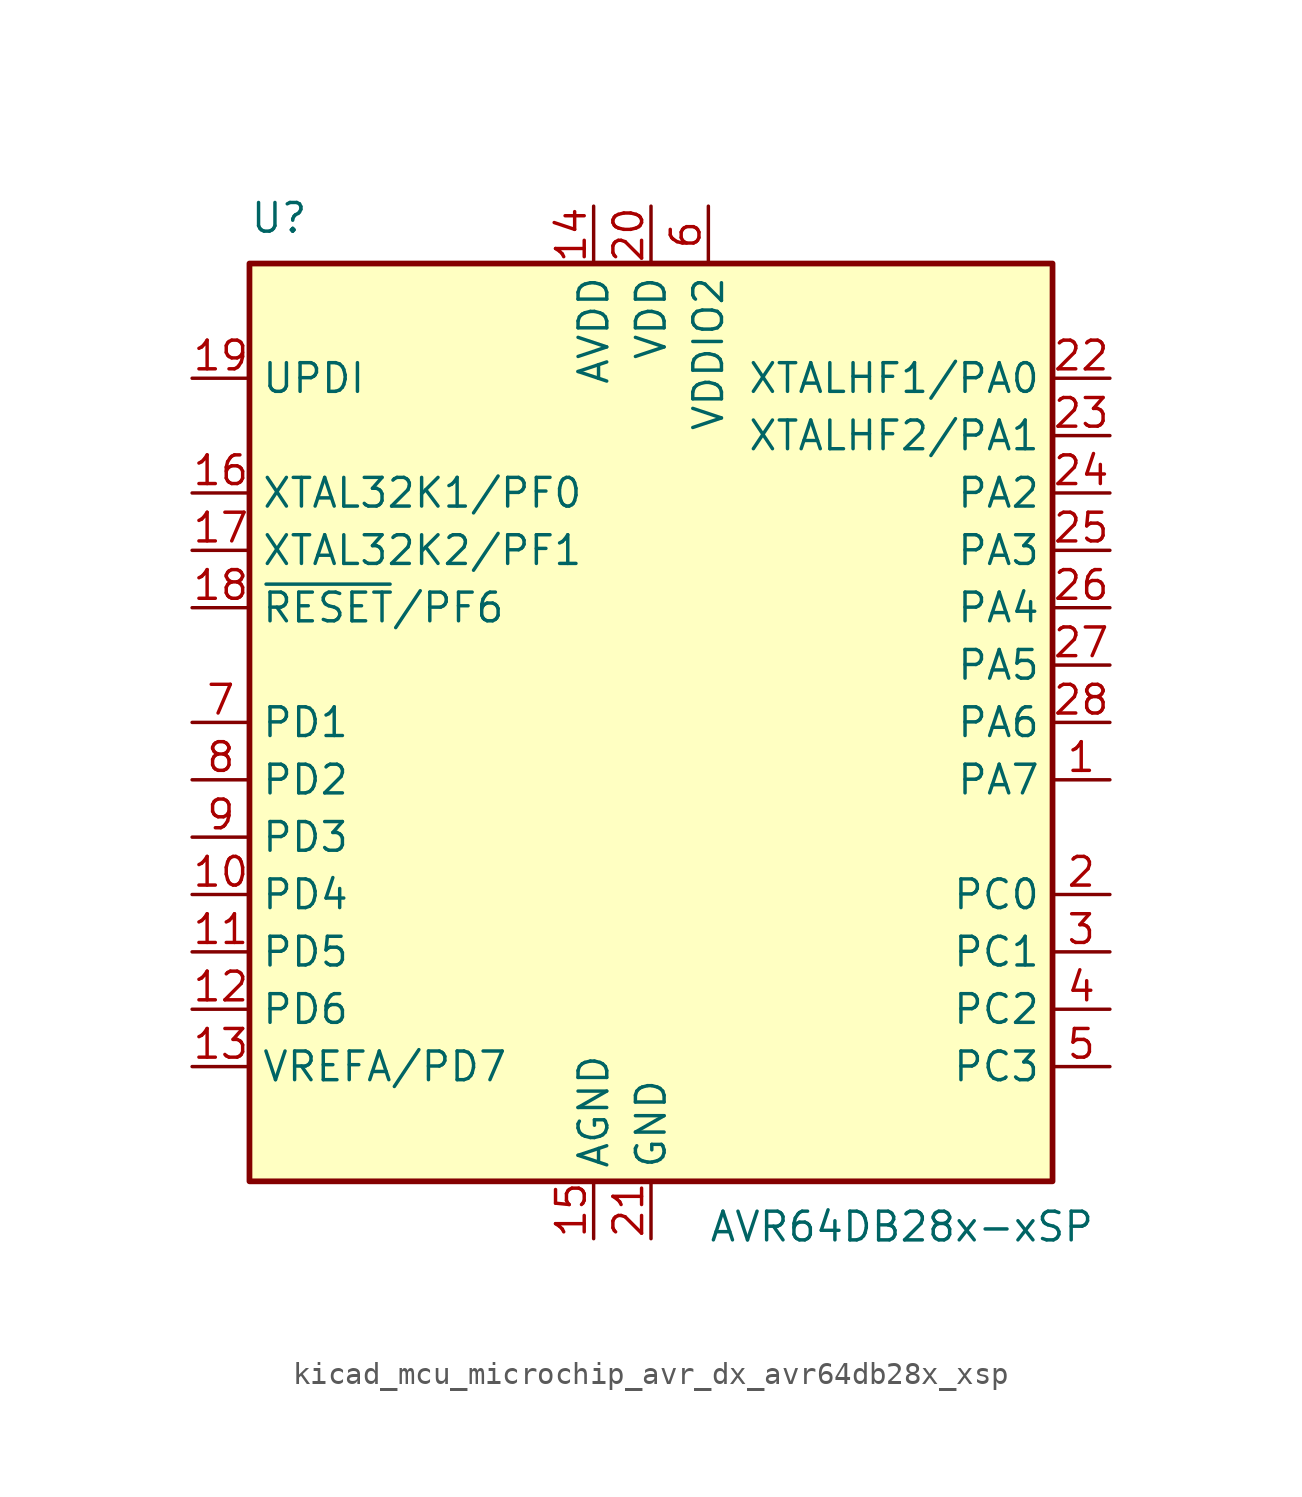
<source format=kicad_sym>
(kicad_symbol_lib
  (version 20220914)
  (generator kicad_symbol_editor)
  (symbol "kicad_mcu_microchip_avr_dx_avr64db28x_xsp"
    (property "Reference" "U"
      (at -17.78 21.59 0)
      (effects (font (size 1.27 1.27)) (justify left bottom)))
    (property "Value" "AVR64DB28x-xSP"
      (at 2.54 -21.59 0)
      (effects (font (size 1.27 1.27)) (justify left top)))
    (symbol "kicad_mcu_microchip_avr_dx_avr64db28x_xsp_0_1"
      (rectangle (start -17.78 20.32) (end 17.78 -20.32) (stroke (width 0.254) (type default)) (fill (type background))))
    (symbol "kicad_mcu_microchip_avr_dx_avr64db28x_xsp_1_1"
      (pin bidirectional line (at 20.32 -2.54 180) (length 2.54) (name "PA7" (effects (font (size 1.27 1.27)))) (number "1" (effects (font (size 1.27 1.27)))))
      (pin bidirectional line (at -20.32 -7.62 0) (length 2.54) (name "PD4" (effects (font (size 1.27 1.27)))) (number "10" (effects (font (size 1.27 1.27)))))
      (pin bidirectional line (at -20.32 -10.16 0) (length 2.54) (name "PD5" (effects (font (size 1.27 1.27)))) (number "11" (effects (font (size 1.27 1.27)))))
      (pin bidirectional line (at -20.32 -12.7 0) (length 2.54) (name "PD6" (effects (font (size 1.27 1.27)))) (number "12" (effects (font (size 1.27 1.27)))))
      (pin bidirectional line (at -20.32 -15.24 0) (length 2.54) (name "VREFA/PD7" (effects (font (size 1.27 1.27)))) (number "13" (effects (font (size 1.27 1.27)))))
      (pin power_in line (at -2.54 22.86 270) (length 2.54) (name "AVDD" (effects (font (size 1.27 1.27)))) (number "14" (effects (font (size 1.27 1.27)))))
      (pin power_in line (at -2.54 -22.86 90) (length 2.54) (name "AGND" (effects (font (size 1.27 1.27)))) (number "15" (effects (font (size 1.27 1.27)))))
      (pin bidirectional line (at -20.32 10.16 0) (length 2.54) (name "XTAL32K1/PF0" (effects (font (size 1.27 1.27)))) (number "16" (effects (font (size 1.27 1.27)))))
      (pin bidirectional line (at -20.32 7.62 0) (length 2.54) (name "XTAL32K2/PF1" (effects (font (size 1.27 1.27)))) (number "17" (effects (font (size 1.27 1.27)))))
      (pin bidirectional line (at -20.32 5.08 0) (length 2.54) (name "~{RESET}/PF6" (effects (font (size 1.27 1.27)))) (number "18" (effects (font (size 1.27 1.27)))))
      (pin input line (at -20.32 15.24 0) (length 2.54) (name "UPDI" (effects (font (size 1.27 1.27)))) (number "19" (effects (font (size 1.27 1.27)))))
      (pin bidirectional line (at 20.32 -7.62 180) (length 2.54) (name "PC0" (effects (font (size 1.27 1.27)))) (number "2" (effects (font (size 1.27 1.27)))))
      (pin power_in line (at 0 22.86 270) (length 2.54) (name "VDD" (effects (font (size 1.27 1.27)))) (number "20" (effects (font (size 1.27 1.27)))))
      (pin power_in line (at 0 -22.86 90) (length 2.54) (name "GND" (effects (font (size 1.27 1.27)))) (number "21" (effects (font (size 1.27 1.27)))))
      (pin bidirectional line (at 20.32 15.24 180) (length 2.54) (name "XTALHF1/PA0" (effects (font (size 1.27 1.27)))) (number "22" (effects (font (size 1.27 1.27)))))
      (pin bidirectional line (at 20.32 12.7 180) (length 2.54) (name "XTALHF2/PA1" (effects (font (size 1.27 1.27)))) (number "23" (effects (font (size 1.27 1.27)))))
      (pin bidirectional line (at 20.32 10.16 180) (length 2.54) (name "PA2" (effects (font (size 1.27 1.27)))) (number "24" (effects (font (size 1.27 1.27)))))
      (pin bidirectional line (at 20.32 7.62 180) (length 2.54) (name "PA3" (effects (font (size 1.27 1.27)))) (number "25" (effects (font (size 1.27 1.27)))))
      (pin bidirectional line (at 20.32 5.08 180) (length 2.54) (name "PA4" (effects (font (size 1.27 1.27)))) (number "26" (effects (font (size 1.27 1.27)))))
      (pin bidirectional line (at 20.32 2.54 180) (length 2.54) (name "PA5" (effects (font (size 1.27 1.27)))) (number "27" (effects (font (size 1.27 1.27)))))
      (pin bidirectional line (at 20.32 0 180) (length 2.54) (name "PA6" (effects (font (size 1.27 1.27)))) (number "28" (effects (font (size 1.27 1.27)))))
      (pin bidirectional line (at 20.32 -10.16 180) (length 2.54) (name "PC1" (effects (font (size 1.27 1.27)))) (number "3" (effects (font (size 1.27 1.27)))))
      (pin bidirectional line (at 20.32 -12.7 180) (length 2.54) (name "PC2" (effects (font (size 1.27 1.27)))) (number "4" (effects (font (size 1.27 1.27)))))
      (pin bidirectional line (at 20.32 -15.24 180) (length 2.54) (name "PC3" (effects (font (size 1.27 1.27)))) (number "5" (effects (font (size 1.27 1.27)))))
      (pin power_in line (at 2.54 22.86 270) (length 2.54) (name "VDDIO2" (effects (font (size 1.27 1.27)))) (number "6" (effects (font (size 1.27 1.27)))))
      (pin bidirectional line (at -20.32 0 0) (length 2.54) (name "PD1" (effects (font (size 1.27 1.27)))) (number "7" (effects (font (size 1.27 1.27)))))
      (pin bidirectional line (at -20.32 -2.54 0) (length 2.54) (name "PD2" (effects (font (size 1.27 1.27)))) (number "8" (effects (font (size 1.27 1.27)))))
      (pin bidirectional line (at -20.32 -5.08 0) (length 2.54) (name "PD3" (effects (font (size 1.27 1.27)))) (number "9" (effects (font (size 1.27 1.27))))))))
</source>
